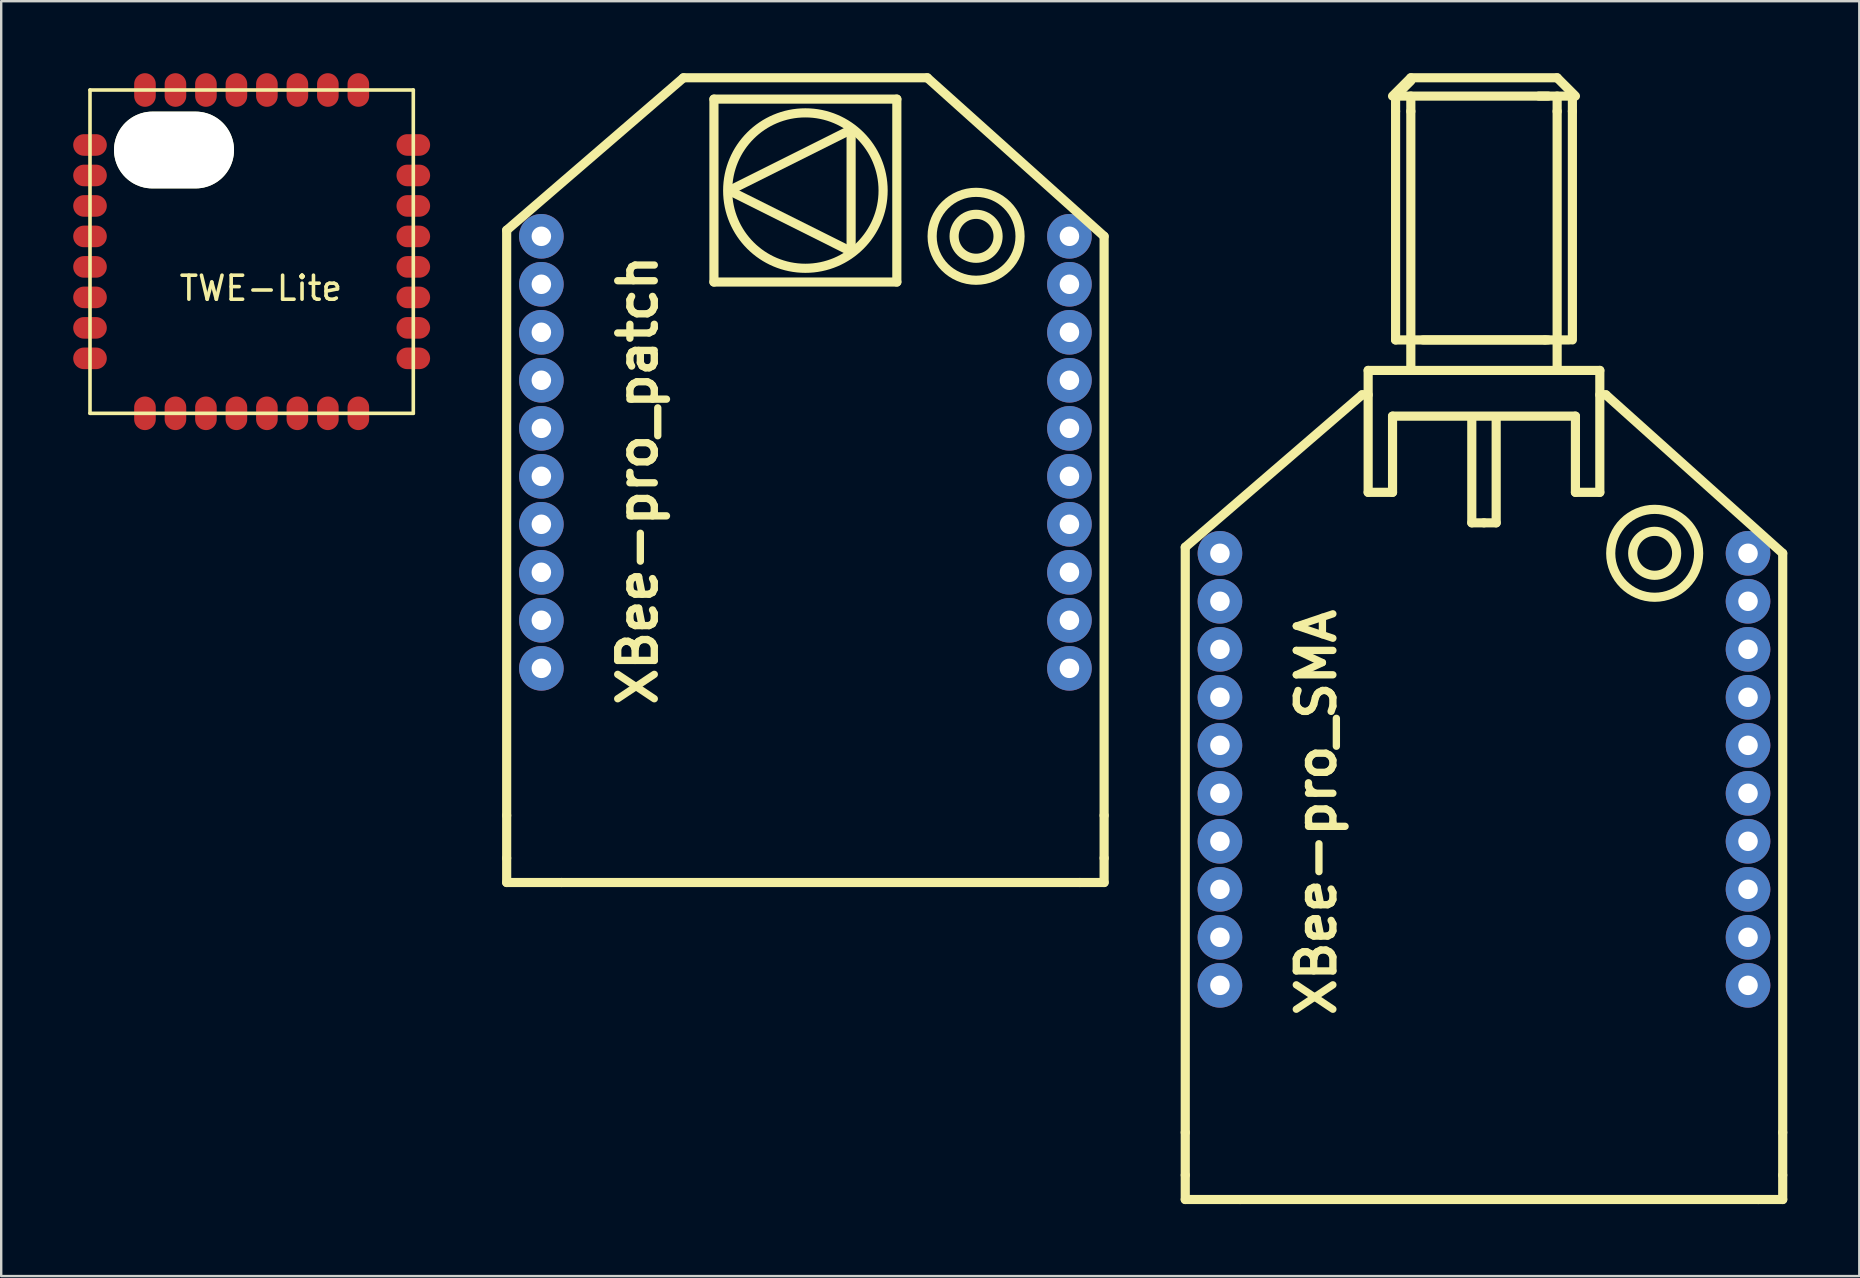
<source format=kicad_pcb>
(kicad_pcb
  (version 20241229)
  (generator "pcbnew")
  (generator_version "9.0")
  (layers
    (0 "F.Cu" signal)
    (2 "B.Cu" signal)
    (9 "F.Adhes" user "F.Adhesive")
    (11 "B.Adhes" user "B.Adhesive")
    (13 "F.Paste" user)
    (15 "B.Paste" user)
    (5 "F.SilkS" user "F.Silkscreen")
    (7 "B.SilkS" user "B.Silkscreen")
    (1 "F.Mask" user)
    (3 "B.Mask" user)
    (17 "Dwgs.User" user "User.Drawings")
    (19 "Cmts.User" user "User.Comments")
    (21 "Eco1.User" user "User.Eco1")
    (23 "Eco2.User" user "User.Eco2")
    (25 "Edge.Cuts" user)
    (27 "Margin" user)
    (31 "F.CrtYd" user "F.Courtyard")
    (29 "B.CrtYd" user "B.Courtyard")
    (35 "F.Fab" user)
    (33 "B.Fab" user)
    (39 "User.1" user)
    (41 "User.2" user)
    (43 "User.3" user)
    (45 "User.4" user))
  (footprint "TWE-Lite"
    (layer "F.Cu")
    (at 0.7 2.99)
    (property "Reference" "TWE-Lite" (at 7.12 5.97 0) (layer "F.SilkS") (effects (font (size 1 1) (thickness 0.15))))
    (attr through_hole)
    (fp_line (start 0 -2.29) (end 13.47 -2.29) (stroke (width 0.15) (type solid)) (layer "F.SilkS"))
    (fp_line (start 0 11.18) (end 0 -2.29) (stroke (width 0.15) (type solid)) (layer "F.SilkS"))
    (fp_line (start 13.47 -2.29) (end 13.47 11.18) (stroke (width 0.15) (type solid)) (layer "F.SilkS"))
    (fp_line (start 13.47 11.18) (end 0 11.18) (stroke (width 0.15) (type solid)) (layer "F.SilkS"))
    (fp_circle (center 2.5 0.21) (end 3.5 0.21) (stroke (width 0.15) (type solid)) (fill no) (layer "F.SilkS"))
    (pad "" np_thru_hole oval (at 3.5 0.21) (size 5 3.2) (drill oval 5 3.2) (layers "*.Cu" "*.Mask" "F.SilkS"))
    (pad "1" smd oval (at 0 0) (size 1.4 0.9) (layers "F.Cu" "F.Mask" "F.Paste"))
    (pad "2" smd oval (at 0 1.27) (size 1.4 0.9) (layers "F.Cu" "F.Mask" "F.Paste"))
    (pad "3" smd oval (at 0 2.54) (size 1.4 0.9) (layers "F.Cu" "F.Mask" "F.Paste"))
    (pad "4" smd oval (at 0 3.81) (size 1.4 0.9) (layers "F.Cu" "F.Mask" "F.Paste"))
    (pad "5" smd oval (at 0 5.08) (size 1.4 0.9) (layers "F.Cu" "F.Mask" "F.Paste"))
    (pad "6" smd oval (at 0 6.35) (size 1.4 0.9) (layers "F.Cu" "F.Mask" "F.Paste"))
    (pad "7" smd oval (at 0 7.62) (size 1.4 0.9) (layers "F.Cu" "F.Mask" "F.Paste"))
    (pad "8" smd oval (at 0 8.89) (size 1.4 0.9) (layers "F.Cu" "F.Mask" "F.Paste"))
    (pad "9" smd oval (at 2.29 11.18) (size 0.9 1.4) (layers "F.Cu" "F.Mask" "F.Paste"))
    (pad "10" smd oval (at 3.56 11.18) (size 0.9 1.4) (layers "F.Cu" "F.Mask" "F.Paste"))
    (pad "11" smd oval (at 4.83 11.18) (size 0.9 1.4) (layers "F.Cu" "F.Mask" "F.Paste"))
    (pad "12" smd oval (at 6.1 11.18) (size 0.9 1.4) (layers "F.Cu" "F.Mask" "F.Paste"))
    (pad "13" smd oval (at 7.37 11.18) (size 0.9 1.4) (layers "F.Cu" "F.Mask" "F.Paste"))
    (pad "14" smd oval (at 8.64 11.18) (size 0.9 1.4) (layers "F.Cu" "F.Mask" "F.Paste"))
    (pad "15" smd oval (at 9.91 11.18) (size 0.9 1.4) (layers "F.Cu" "F.Mask" "F.Paste"))
    (pad "16" smd oval (at 11.18 11.18) (size 0.9 1.4) (layers "F.Cu" "F.Mask" "F.Paste"))
    (pad "17" smd oval (at 13.47 8.89) (size 1.4 0.9) (layers "F.Cu" "F.Mask" "F.Paste"))
    (pad "18" smd oval (at 13.47 7.62) (size 1.4 0.9) (layers "F.Cu" "F.Mask" "F.Paste"))
    (pad "19" smd oval (at 13.47 6.35) (size 1.4 0.9) (layers "F.Cu" "F.Mask" "F.Paste"))
    (pad "20" smd oval (at 13.47 5.08) (size 1.4 0.9) (layers "F.Cu" "F.Mask" "F.Paste"))
    (pad "21" smd oval (at 13.47 3.81) (size 1.4 0.9) (layers "F.Cu" "F.Mask" "F.Paste"))
    (pad "22" smd oval (at 13.47 2.54) (size 1.4 0.9) (layers "F.Cu" "F.Mask" "F.Paste"))
    (pad "23" smd oval (at 13.47 1.27) (size 1.4 0.9) (layers "F.Cu" "F.Mask" "F.Paste"))
    (pad "24" smd oval (at 13.47 0) (size 1.4 0.9) (layers "F.Cu" "F.Mask" "F.Paste"))
    (pad "25" smd oval (at 11.18 -2.29) (size 0.9 1.4) (layers "F.Cu" "F.Mask" "F.Paste"))
    (pad "26" smd oval (at 9.91 -2.29) (size 0.9 1.4) (layers "F.Cu" "F.Mask" "F.Paste"))
    (pad "27" smd oval (at 8.64 -2.29) (size 0.9 1.4) (layers "F.Cu" "F.Mask" "F.Paste"))
    (pad "28" smd oval (at 7.37 -2.29) (size 0.9 1.4) (layers "F.Cu" "F.Mask" "F.Paste"))
    (pad "29" smd oval (at 6.1 -2.29) (size 0.9 1.4) (layers "F.Cu" "F.Mask" "F.Paste"))
    (pad "30" smd oval (at 4.83 -2.29) (size 0.9 1.4) (layers "F.Cu" "F.Mask" "F.Paste"))
    (pad "31" smd oval (at 3.56 -2.29) (size 0.9 1.4) (layers "F.Cu" "F.Mask" "F.Paste"))
    (pad "32" smd oval (at 2.29 -2.29) (size 0.9 1.4) (layers "F.Cu" "F.Mask" "F.Paste")))
  (footprint "XBee-pro_SMA"
    (layer "F.Cu")
    (at 58.779 20.003)
    (property "Reference" "XBee-pro_SMA" (at -6.985 10.795 90) (layer "F.SilkS") (effects (font (size 1.524 1.524) (thickness 0.305))))
    (attr through_hole)
    (fp_line (start -12.446 -0.254) (end -5.08 -6.604) (stroke (width 0.381) (type solid)) (layer "F.SilkS"))
    (fp_line (start -12.446 24.13) (end -12.446 -0.254) (stroke (width 0.381) (type solid)) (layer "F.SilkS"))
    (fp_line (start -12.446 24.13) (end -12.446 25.908) (stroke (width 0.381) (type solid)) (layer "F.SilkS"))
    (fp_line (start -12.446 25.908) (end -12.446 26.924) (stroke (width 0.381) (type solid)) (layer "F.SilkS"))
    (fp_line (start -10.16 26.924) (end -12.446 26.924) (stroke (width 0.381) (type solid)) (layer "F.SilkS"))
    (fp_line (start -10.16 26.924) (end 11.43 26.924) (stroke (width 0.381) (type solid)) (layer "F.SilkS"))
    (fp_line (start -5.08 -6.604) (end -4.826 -6.604) (stroke (width 0.381) (type solid)) (layer "F.SilkS"))
    (fp_line (start -4.826 -7.62) (end 4.826 -7.62) (stroke (width 0.381) (type solid)) (layer "F.SilkS"))
    (fp_line (start -4.826 -2.54) (end -4.826 -7.62) (stroke (width 0.381) (type solid)) (layer "F.SilkS"))
    (fp_line (start -3.81 -5.715) (end 3.81 -5.715) (stroke (width 0.381) (type solid)) (layer "F.SilkS"))
    (fp_line (start -3.81 -2.54) (end -4.826 -2.54) (stroke (width 0.381) (type solid)) (layer "F.SilkS"))
    (fp_line (start -3.81 -2.54) (end -3.81 -5.715) (stroke (width 0.381) (type solid)) (layer "F.SilkS"))
    (fp_line (start -3.683 -19.05) (end 2.667 -19.05) (stroke (width 0.381) (type solid)) (layer "F.SilkS"))
    (fp_line (start -3.683 -18.415) (end -3.683 -19.05) (stroke (width 0.381) (type solid)) (layer "F.SilkS"))
    (fp_line (start -3.683 -18.415) (end -3.683 -8.89) (stroke (width 0.381) (type solid)) (layer "F.SilkS"))
    (fp_line (start -3.683 -8.89) (end 2.667 -8.89) (stroke (width 0.381) (type solid)) (layer "F.SilkS"))
    (fp_line (start -3.048 -19.812) (end -3.81 -19.05) (stroke (width 0.381) (type solid)) (layer "F.SilkS"))
    (fp_line (start -3.048 -19.685) (end -3.683 -19.05) (stroke (width 0.381) (type solid)) (layer "F.SilkS"))
    (fp_line (start -3.048 -18.415) (end -3.048 -19.05) (stroke (width 0.381) (type solid)) (layer "F.SilkS"))
    (fp_line (start -3.048 -18.415) (end -3.048 -8.89) (stroke (width 0.381) (type solid)) (layer "F.SilkS"))
    (fp_line (start -3.048 -7.62) (end -3.048 -8.89) (stroke (width 0.381) (type solid)) (layer "F.SilkS"))
    (fp_line (start -0.508 -1.27) (end -0.508 -5.588) (stroke (width 0.381) (type solid)) (layer "F.SilkS"))
    (fp_line (start 0 -1.27) (end -0.508 -1.27) (stroke (width 0.381) (type solid)) (layer "F.SilkS"))
    (fp_line (start 0.508 -5.588) (end 0.508 -1.27) (stroke (width 0.381) (type solid)) (layer "F.SilkS"))
    (fp_line (start 0.508 -1.27) (end 0 -1.27) (stroke (width 0.381) (type solid)) (layer "F.SilkS"))
    (fp_line (start 2.54 -8.89) (end -2.54 -8.89) (stroke (width 0.381) (type solid)) (layer "F.SilkS"))
    (fp_line (start 2.54 -8.89) (end 3.556 -8.89) (stroke (width 0.381) (type solid)) (layer "F.SilkS"))
    (fp_line (start 3.048 -19.812) (end -3.048 -19.812) (stroke (width 0.381) (type solid)) (layer "F.SilkS"))
    (fp_line (start 3.048 -18.415) (end 3.048 -19.05) (stroke (width 0.381) (type solid)) (layer "F.SilkS"))
    (fp_line (start 3.048 -18.415) (end 3.048 -8.89) (stroke (width 0.381) (type solid)) (layer "F.SilkS"))
    (fp_line (start 3.048 -8.89) (end 3.048 -7.62) (stroke (width 0.381) (type solid)) (layer "F.SilkS"))
    (fp_line (start 3.556 -19.05) (end 2.286 -19.05) (stroke (width 0.381) (type solid)) (layer "F.SilkS"))
    (fp_line (start 3.683 -18.415) (end 3.683 -19.05) (stroke (width 0.381) (type solid)) (layer "F.SilkS"))
    (fp_line (start 3.683 -8.89) (end 3.683 -18.415) (stroke (width 0.381) (type solid)) (layer "F.SilkS"))
    (fp_line (start 3.81 -19.05) (end 3.048 -19.812) (stroke (width 0.381) (type solid)) (layer "F.SilkS"))
    (fp_line (start 3.81 -5.715) (end 3.81 -2.54) (stroke (width 0.381) (type solid)) (layer "F.SilkS"))
    (fp_line (start 4.826 -2.54) (end 3.81 -2.54) (stroke (width 0.381) (type solid)) (layer "F.SilkS"))
    (fp_line (start 4.826 -2.54) (end 4.826 -7.62) (stroke (width 0.381) (type solid)) (layer "F.SilkS"))
    (fp_line (start 5.08 -6.604) (end 4.826 -6.604) (stroke (width 0.381) (type solid)) (layer "F.SilkS"))
    (fp_line (start 5.08 -6.604) (end 12.446 0) (stroke (width 0.381) (type solid)) (layer "F.SilkS"))
    (fp_line (start 11.43 26.924) (end 12.446 26.924) (stroke (width 0.381) (type solid)) (layer "F.SilkS"))
    (fp_line (start 12.446 0) (end 12.446 24.13) (stroke (width 0.381) (type solid)) (layer "F.SilkS"))
    (fp_line (start 12.446 24.13) (end 12.446 25.908) (stroke (width 0.381) (type solid)) (layer "F.SilkS"))
    (fp_line (start 12.446 25.908) (end 12.446 26.924) (stroke (width 0.381) (type solid)) (layer "F.SilkS"))
    (fp_circle (center 7.112 0) (end 7.874 0.508) (stroke (width 0.381) (type solid)) (fill no) (layer "F.SilkS"))
    (fp_circle (center 7.112 0) (end 8.636 1.016) (stroke (width 0.381) (type solid)) (fill no) (layer "F.SilkS"))
    (pad "1" thru_hole circle (at -11.001 0) (size 1.859 1.859) (drill 0.813) (layers "*.Cu"))
    (pad "2" thru_hole circle (at -11.001 1.999) (size 1.859 1.859) (drill 0.813) (layers "*.Cu"))
    (pad "3" thru_hole circle (at -11.001 4) (size 1.859 1.859) (drill 0.813) (layers "*.Cu"))
    (pad "4" thru_hole circle (at -11.001 5.999) (size 1.859 1.859) (drill 0.813) (layers "*.Cu"))
    (pad "5" thru_hole circle (at -11.001 8.001) (size 1.859 1.859) (drill 0.813) (layers "*.Cu"))
    (pad "6" thru_hole circle (at -11.001 10) (size 1.859 1.859) (drill 0.813) (layers "*.Cu"))
    (pad "7" thru_hole circle (at -11.001 11.999) (size 1.859 1.859) (drill 0.813) (layers "*.Cu"))
    (pad "8" thru_hole circle (at -11.001 14) (size 1.859 1.859) (drill 0.813) (layers "*.Cu"))
    (pad "9" thru_hole circle (at -11.001 15.999) (size 1.859 1.859) (drill 0.813) (layers "*.Cu"))
    (pad "10" thru_hole circle (at -11.001 18.001) (size 1.859 1.859) (drill 0.813) (layers "*.Cu"))
    (pad "11" thru_hole circle (at 11.001 18.001) (size 1.859 1.859) (drill 0.813) (layers "*.Cu"))
    (pad "12" thru_hole circle (at 11.001 15.999) (size 1.859 1.859) (drill 0.813) (layers "*.Cu"))
    (pad "13" thru_hole circle (at 11.001 14) (size 1.859 1.859) (drill 0.813) (layers "*.Cu"))
    (pad "14" thru_hole circle (at 11.001 11.999) (size 1.859 1.859) (drill 0.813) (layers "*.Cu"))
    (pad "15" thru_hole circle (at 11.001 10) (size 1.859 1.859) (drill 0.813) (layers "*.Cu"))
    (pad "16" thru_hole circle (at 11.001 8.001) (size 1.859 1.859) (drill 0.813) (layers "*.Cu"))
    (pad "17" thru_hole circle (at 11.001 5.999) (size 1.859 1.859) (drill 0.813) (layers "*.Cu"))
    (pad "18" thru_hole circle (at 11.001 4) (size 1.859 1.859) (drill 0.813) (layers "*.Cu"))
    (pad "19" thru_hole circle (at 11.001 1.999) (size 1.859 1.859) (drill 0.813) (layers "*.Cu"))
    (pad "20" thru_hole circle (at 11.001 0) (size 1.859 1.859) (drill 0.813) (layers "*.Cu")))
  (footprint "XBee-pro_patch"
    (layer "F.Cu")
    (at 30.506 6.795)
    (property "Reference" "XBee-pro_patch" (at -6.985 10.16 90) (layer "F.SilkS") (effects (font (size 1.524 1.524) (thickness 0.305))))
    (attr through_hole)
    (fp_line (start -12.446 -0.254) (end -5.08 -6.604) (stroke (width 0.381) (type solid)) (layer "F.SilkS"))
    (fp_line (start -12.446 24.13) (end -12.446 -0.254) (stroke (width 0.381) (type solid)) (layer "F.SilkS"))
    (fp_line (start -12.446 24.13) (end -12.446 25.908) (stroke (width 0.381) (type solid)) (layer "F.SilkS"))
    (fp_line (start -12.446 25.908) (end -12.446 26.924) (stroke (width 0.381) (type solid)) (layer "F.SilkS"))
    (fp_line (start -10.16 26.924) (end -12.446 26.924) (stroke (width 0.381) (type solid)) (layer "F.SilkS"))
    (fp_line (start -10.16 26.924) (end 11.43 26.924) (stroke (width 0.381) (type solid)) (layer "F.SilkS"))
    (fp_line (start -5.08 -6.604) (end 5.08 -6.604) (stroke (width 0.381) (type solid)) (layer "F.SilkS"))
    (fp_line (start -3.81 -5.715) (end 3.81 -5.715) (stroke (width 0.381) (type solid)) (layer "F.SilkS"))
    (fp_line (start -3.81 1.905) (end -3.81 -5.715) (stroke (width 0.381) (type solid)) (layer "F.SilkS"))
    (fp_line (start -3.175 -1.905) (end 1.905 -4.445) (stroke (width 0.381) (type solid)) (layer "F.SilkS"))
    (fp_line (start 1.905 -4.445) (end 1.905 0.635) (stroke (width 0.381) (type solid)) (layer "F.SilkS"))
    (fp_line (start 1.905 0.635) (end -3.175 -1.905) (stroke (width 0.381) (type solid)) (layer "F.SilkS"))
    (fp_line (start 3.81 -5.715) (end 3.81 1.905) (stroke (width 0.381) (type solid)) (layer "F.SilkS"))
    (fp_line (start 3.81 1.905) (end -3.81 1.905) (stroke (width 0.381) (type solid)) (layer "F.SilkS"))
    (fp_line (start 5.08 -6.604) (end 12.446 0) (stroke (width 0.381) (type solid)) (layer "F.SilkS"))
    (fp_line (start 11.43 26.924) (end 12.446 26.924) (stroke (width 0.381) (type solid)) (layer "F.SilkS"))
    (fp_line (start 12.446 0) (end 12.446 24.13) (stroke (width 0.381) (type solid)) (layer "F.SilkS"))
    (fp_line (start 12.446 24.13) (end 12.446 25.908) (stroke (width 0.381) (type solid)) (layer "F.SilkS"))
    (fp_line (start 12.446 25.908) (end 12.446 26.924) (stroke (width 0.381) (type solid)) (layer "F.SilkS"))
    (fp_circle (center 0 -1.905) (end 3.175 -2.54) (stroke (width 0.381) (type solid)) (fill no) (layer "F.SilkS"))
    (fp_circle (center 7.112 0) (end 7.874 0.508) (stroke (width 0.381) (type solid)) (fill no) (layer "F.SilkS"))
    (fp_circle (center 7.112 0) (end 8.636 1.016) (stroke (width 0.381) (type solid)) (fill no) (layer "F.SilkS"))
    (pad "1" thru_hole circle (at -11.001 0) (size 1.859 1.859) (drill 0.813) (layers "*.Cu"))
    (pad "2" thru_hole circle (at -11.001 1.999) (size 1.859 1.859) (drill 0.813) (layers "*.Cu"))
    (pad "3" thru_hole circle (at -11.001 4) (size 1.859 1.859) (drill 0.813) (layers "*.Cu"))
    (pad "4" thru_hole circle (at -11.001 5.999) (size 1.859 1.859) (drill 0.813) (layers "*.Cu"))
    (pad "5" thru_hole circle (at -11.001 8.001) (size 1.859 1.859) (drill 0.813) (layers "*.Cu"))
    (pad "6" thru_hole circle (at -11.001 10) (size 1.859 1.859) (drill 0.813) (layers "*.Cu"))
    (pad "7" thru_hole circle (at -11.001 11.999) (size 1.859 1.859) (drill 0.813) (layers "*.Cu"))
    (pad "8" thru_hole circle (at -11.001 14) (size 1.859 1.859) (drill 0.813) (layers "*.Cu"))
    (pad "9" thru_hole circle (at -11.001 15.999) (size 1.859 1.859) (drill 0.813) (layers "*.Cu"))
    (pad "10" thru_hole circle (at -11.001 18.001) (size 1.859 1.859) (drill 0.813) (layers "*.Cu"))
    (pad "11" thru_hole circle (at 11.001 18.001) (size 1.859 1.859) (drill 0.813) (layers "*.Cu"))
    (pad "12" thru_hole circle (at 11.001 15.999) (size 1.859 1.859) (drill 0.813) (layers "*.Cu"))
    (pad "13" thru_hole circle (at 11.001 14) (size 1.859 1.859) (drill 0.813) (layers "*.Cu"))
    (pad "14" thru_hole circle (at 11.001 11.999) (size 1.859 1.859) (drill 0.813) (layers "*.Cu"))
    (pad "15" thru_hole circle (at 11.001 10) (size 1.859 1.859) (drill 0.813) (layers "*.Cu"))
    (pad "16" thru_hole circle (at 11.001 8.001) (size 1.859 1.859) (drill 0.813) (layers "*.Cu"))
    (pad "17" thru_hole circle (at 11.001 5.999) (size 1.859 1.859) (drill 0.813) (layers "*.Cu"))
    (pad "18" thru_hole circle (at 11.001 4) (size 1.859 1.859) (drill 0.813) (layers "*.Cu"))
    (pad "19" thru_hole circle (at 11.001 1.999) (size 1.859 1.859) (drill 0.813) (layers "*.Cu"))
    (pad "20" thru_hole circle (at 11.001 0) (size 1.859 1.859) (drill 0.813) (layers "*.Cu")))
  (gr_rect
    (start -3 -3)
    (end 74.416 50.117)
    (stroke (width 0.1) (type default))
    (fill no)
    (layer "Edge.Cuts")))
</source>
